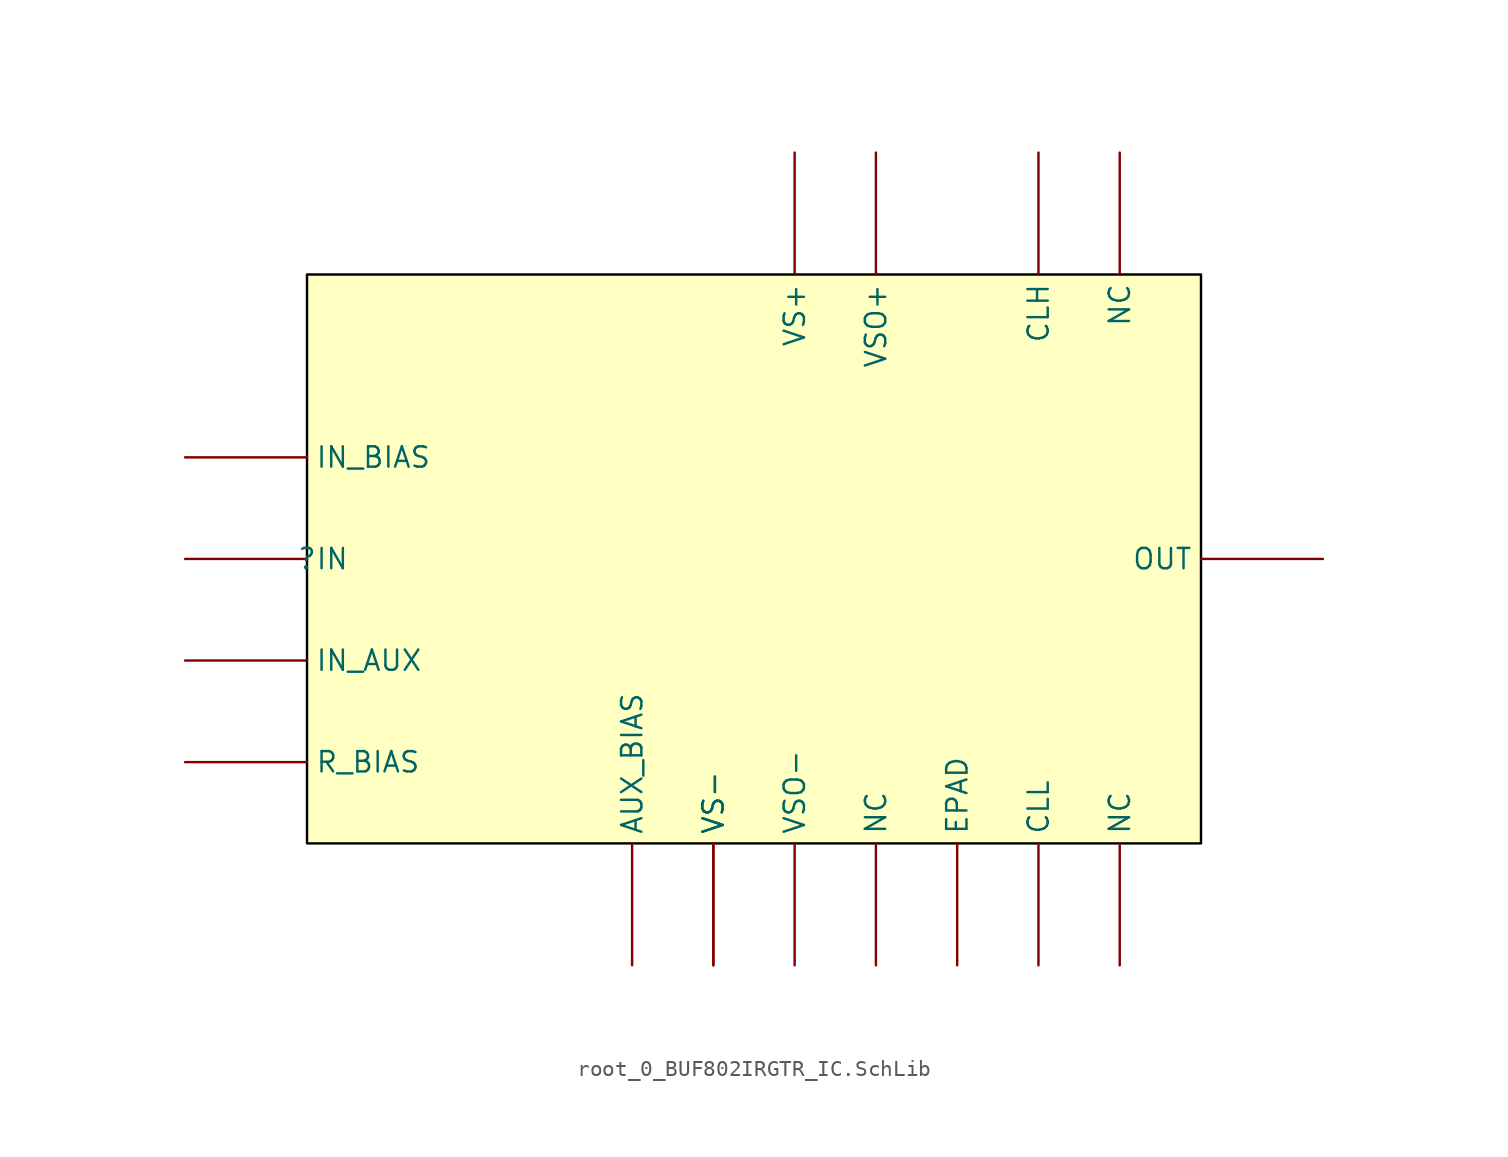
<source format=kicad_sym>
(kicad_symbol_lib
  (version 20241209)
  (generator "kicad_symbol_editor")
  (generator_version "9.0")
  (symbol "root_0_BUF802IRGTR_IC.SchLib"
    (pin_numbers
      (hide yes))
    (property "Reference" ""
      (at 0 0 0)
      (effects (font (size 1.27 1.27))))
    (property "Value" ""
      (at 0 0 0)
      (effects (font (size 1.27 1.27))))
    (symbol "root_0_BUF802IRGTR_IC.SchLib_1_0"
      (rectangle (start 55.88 17.78) (end 0 -17.78) (stroke (width 0) (type solid) (color 0 0 0 1)) (fill (type background)))
      (pin input line (at -7.62 6.35 0) (length 7.62) (name "IN_BIAS" (effects (font (size 1.27 1.27)))) (number "3" (effects (font (size 1.27 1.27)))))
      (pin input line (at -7.62 0 0) (length 7.62) (name "IN" (effects (font (size 1.27 1.27)))) (number "2" (effects (font (size 1.27 1.27)))))
      (pin input line (at -7.62 -6.35 0) (length 7.62) (name "IN_AUX" (effects (font (size 1.27 1.27)))) (number "4" (effects (font (size 1.27 1.27)))))
      (pin input line (at -7.62 -12.7 0) (length 7.62) (name "R_BIAS" (effects (font (size 1.27 1.27)))) (number "7" (effects (font (size 1.27 1.27)))))
      (pin power_in line (at 20.32 -25.4 90) (length 7.62) (name "AUX_BIAS" (effects (font (size 1.27 1.27)))) (number "6" (effects (font (size 1.27 1.27)))))
      (pin power_in line (at 25.4 -25.4 90) (length 7.62) (name "VS-" (effects (font (size 1.27 1.27)))) (number "5" (effects (font (size 1.27 1.27)))))
      (pin power_in line (at 25.4 -25.4 90) (length 7.62) (name "VS-" (effects (font (size 1.27 1.27)))) (number "8" (effects (font (size 1.27 1.27)))))
      (pin power_in line (at 30.48 25.4 270) (length 7.62) (name "VS+" (effects (font (size 1.27 1.27)))) (number "1" (effects (font (size 1.27 1.27)))))
      (pin power_in line (at 30.48 -25.4 90) (length 7.62) (name "VSO-" (effects (font (size 1.27 1.27)))) (number "10" (effects (font (size 1.27 1.27)))))
      (pin power_in line (at 35.56 25.4 270) (length 7.62) (name "VSO+" (effects (font (size 1.27 1.27)))) (number "12" (effects (font (size 1.27 1.27)))))
      (pin passive line (at 35.56 -25.4 90) (length 7.62) (name "NC" (effects (font (size 1.27 1.27)))) (number "9" (effects (font (size 1.27 1.27)))))
      (pin passive line (at 40.64 -25.4 90) (length 7.62) (name "EPAD" (effects (font (size 1.27 1.27)))) (number "17" (effects (font (size 1.27 1.27)))))
      (pin input line (at 45.72 25.4 270) (length 7.62) (name "CLH" (effects (font (size 1.27 1.27)))) (number "15" (effects (font (size 1.27 1.27)))))
      (pin input line (at 45.72 -25.4 90) (length 7.62) (name "CLL" (effects (font (size 1.27 1.27)))) (number "14" (effects (font (size 1.27 1.27)))))
      (pin passive line (at 50.8 25.4 270) (length 7.62) (name "NC" (effects (font (size 1.27 1.27)))) (number "16" (effects (font (size 1.27 1.27)))))
      (pin passive line (at 50.8 -25.4 90) (length 7.62) (name "NC" (effects (font (size 1.27 1.27)))) (number "13" (effects (font (size 1.27 1.27)))))
      (pin output line (at 63.5 0 180) (length 7.62) (name "OUT" (effects (font (size 1.27 1.27)))) (number "11" (effects (font (size 1.27 1.27))))))))
</source>
